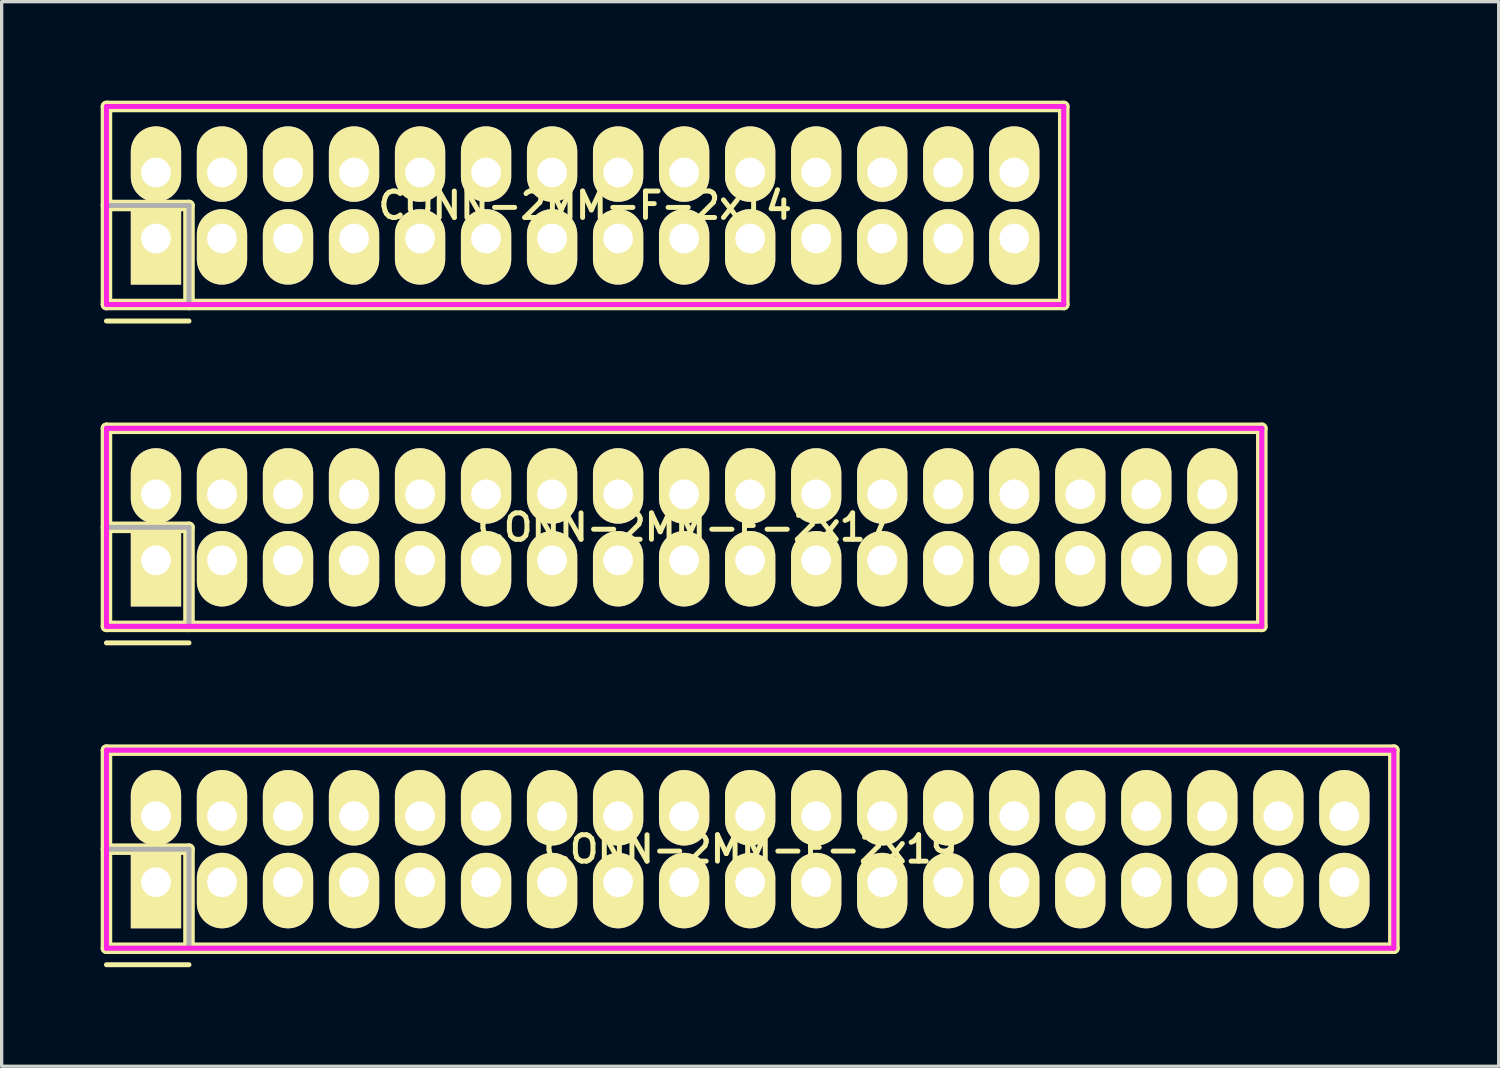
<source format=kicad_pcb>
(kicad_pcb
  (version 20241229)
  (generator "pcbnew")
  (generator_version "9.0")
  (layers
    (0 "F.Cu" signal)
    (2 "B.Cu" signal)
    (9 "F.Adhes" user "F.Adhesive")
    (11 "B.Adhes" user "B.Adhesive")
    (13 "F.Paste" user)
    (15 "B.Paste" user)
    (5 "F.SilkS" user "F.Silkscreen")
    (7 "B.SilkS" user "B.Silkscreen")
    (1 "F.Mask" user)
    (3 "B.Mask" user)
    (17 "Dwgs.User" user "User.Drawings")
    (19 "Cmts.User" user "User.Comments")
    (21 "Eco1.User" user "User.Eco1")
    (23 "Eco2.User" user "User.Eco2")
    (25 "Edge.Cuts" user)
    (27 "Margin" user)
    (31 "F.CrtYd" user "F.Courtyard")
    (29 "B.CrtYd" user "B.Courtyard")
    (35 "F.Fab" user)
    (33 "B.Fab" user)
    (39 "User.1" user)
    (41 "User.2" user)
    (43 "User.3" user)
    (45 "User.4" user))
  (footprint "CONN-2MM-F-2x19"
    (layer "F.Cu")
    (at 19.675 22.675)
    (property "Reference" "CONN-2MM-F-2x19" (at 0 0 0) (layer "F.SilkS") (effects (font (size 0.8 0.8) (thickness 0.15))))
    (attr through_hole)
    (fp_line (start -19.5 -3) (end 19.5 -3) (stroke (width 0.35) (type solid)) (layer "F.SilkS"))
    (fp_line (start -19.5 0) (end -17 0) (stroke (width 0.35) (type solid)) (layer "F.SilkS"))
    (fp_line (start -19.5 3) (end -19.5 -3) (stroke (width 0.35) (type solid)) (layer "F.SilkS"))
    (fp_line (start -19.5 3.5) (end -17 3.5) (stroke (width 0.15) (type solid)) (layer "F.SilkS"))
    (fp_line (start -17 0) (end -17 3) (stroke (width 0.35) (type solid)) (layer "F.SilkS"))
    (fp_line (start 19.5 -3) (end 19.5 3) (stroke (width 0.35) (type solid)) (layer "F.SilkS"))
    (fp_line (start 19.5 3) (end -19.5 3) (stroke (width 0.35) (type solid)) (layer "F.SilkS"))
    (fp_line (start -19.5 -3) (end 19.5 -3) (stroke (width 0.15) (type solid)) (layer "F.CrtYd"))
    (fp_line (start -19.5 3) (end -19.5 -3) (stroke (width 0.15) (type solid)) (layer "F.CrtYd"))
    (fp_line (start 19.5 -3) (end 19.5 3) (stroke (width 0.15) (type solid)) (layer "F.CrtYd"))
    (fp_line (start 19.5 3) (end -19.5 3) (stroke (width 0.15) (type solid)) (layer "F.CrtYd"))
    (fp_line (start -19.5 -3) (end 19.5 -3) (stroke (width 0.15) (type solid)) (layer "F.Fab"))
    (fp_line (start -19.5 0) (end -17 0) (stroke (width 0.15) (type solid)) (layer "F.Fab"))
    (fp_line (start -19.5 3) (end -19.5 -3) (stroke (width 0.15) (type solid)) (layer "F.Fab"))
    (fp_line (start -17 0) (end -17 3) (stroke (width 0.15) (type solid)) (layer "F.Fab"))
    (fp_line (start 19.5 -3) (end 19.5 3) (stroke (width 0.15) (type solid)) (layer "F.Fab"))
    (fp_line (start 19.5 3) (end -19.5 3) (stroke (width 0.15) (type solid)) (layer "F.Fab"))
    (pad "1" thru_hole rect (at -18 1) (size 1.524 2.286) (drill 0.9 (offset 0 0.254)) (layers "*.Cu" "*.Mask" "F.SilkS"))
    (pad "2" thru_hole oval (at -18 -1) (size 1.524 2.286) (drill 0.9 (offset 0 -0.254)) (layers "*.Cu" "*.Mask" "F.SilkS"))
    (pad "3" thru_hole oval (at -16 1) (size 1.524 2.286) (drill 0.9 (offset 0 0.254)) (layers "*.Cu" "*.Mask" "F.SilkS"))
    (pad "4" thru_hole oval (at -16 -1) (size 1.524 2.286) (drill 0.9 (offset 0 -0.254)) (layers "*.Cu" "*.Mask" "F.SilkS"))
    (pad "5" thru_hole oval (at -14 1) (size 1.524 2.286) (drill 0.9 (offset 0 0.254)) (layers "*.Cu" "*.Mask" "F.SilkS"))
    (pad "6" thru_hole oval (at -14 -1) (size 1.524 2.286) (drill 0.9 (offset 0 -0.254)) (layers "*.Cu" "*.Mask" "F.SilkS"))
    (pad "7" thru_hole oval (at -12 1) (size 1.524 2.286) (drill 0.9 (offset 0 0.254)) (layers "*.Cu" "*.Mask" "F.SilkS"))
    (pad "8" thru_hole oval (at -12 -1) (size 1.524 2.286) (drill 0.9 (offset 0 -0.254)) (layers "*.Cu" "*.Mask" "F.SilkS"))
    (pad "9" thru_hole oval (at -10 1) (size 1.524 2.286) (drill 0.9 (offset 0 0.254)) (layers "*.Cu" "*.Mask" "F.SilkS"))
    (pad "10" thru_hole oval (at -10 -1) (size 1.524 2.286) (drill 0.9 (offset 0 -0.254)) (layers "*.Cu" "*.Mask" "F.SilkS"))
    (pad "11" thru_hole oval (at -8 1) (size 1.524 2.286) (drill 0.9 (offset 0 0.254)) (layers "*.Cu" "*.Mask" "F.SilkS"))
    (pad "12" thru_hole oval (at -8 -1) (size 1.524 2.286) (drill 0.9 (offset 0 -0.254)) (layers "*.Cu" "*.Mask" "F.SilkS"))
    (pad "13" thru_hole oval (at -6 1) (size 1.524 2.286) (drill 0.9 (offset 0 0.254)) (layers "*.Cu" "*.Mask" "F.SilkS"))
    (pad "14" thru_hole oval (at -6 -1) (size 1.524 2.286) (drill 0.9 (offset 0 -0.254)) (layers "*.Cu" "*.Mask" "F.SilkS"))
    (pad "15" thru_hole oval (at -4 1) (size 1.524 2.286) (drill 0.9 (offset 0 0.254)) (layers "*.Cu" "*.Mask" "F.SilkS"))
    (pad "16" thru_hole oval (at -4 -1) (size 1.524 2.286) (drill 0.9 (offset 0 -0.254)) (layers "*.Cu" "*.Mask" "F.SilkS"))
    (pad "17" thru_hole oval (at -2 1) (size 1.524 2.286) (drill 0.9 (offset 0 0.254)) (layers "*.Cu" "*.Mask" "F.SilkS"))
    (pad "18" thru_hole oval (at -2 -1) (size 1.524 2.286) (drill 0.9 (offset 0 -0.254)) (layers "*.Cu" "*.Mask" "F.SilkS"))
    (pad "19" thru_hole oval (at 0 1) (size 1.524 2.286) (drill 0.9 (offset 0 0.254)) (layers "*.Cu" "*.Mask" "F.SilkS"))
    (pad "20" thru_hole oval (at 0 -1) (size 1.524 2.286) (drill 0.9 (offset 0 -0.254)) (layers "*.Cu" "*.Mask" "F.SilkS"))
    (pad "21" thru_hole oval (at 2 1) (size 1.524 2.286) (drill 0.9 (offset 0 0.254)) (layers "*.Cu" "*.Mask" "F.SilkS"))
    (pad "22" thru_hole oval (at 2 -1) (size 1.524 2.286) (drill 0.9 (offset 0 -0.254)) (layers "*.Cu" "*.Mask" "F.SilkS"))
    (pad "23" thru_hole oval (at 4 1) (size 1.524 2.286) (drill 0.9 (offset 0 0.254)) (layers "*.Cu" "*.Mask" "F.SilkS"))
    (pad "24" thru_hole oval (at 4 -1) (size 1.524 2.286) (drill 0.9 (offset 0 -0.254)) (layers "*.Cu" "*.Mask" "F.SilkS"))
    (pad "25" thru_hole oval (at 6 1) (size 1.524 2.286) (drill 0.9 (offset 0 0.254)) (layers "*.Cu" "*.Mask" "F.SilkS"))
    (pad "26" thru_hole oval (at 6 -1) (size 1.524 2.286) (drill 0.9 (offset 0 -0.254)) (layers "*.Cu" "*.Mask" "F.SilkS"))
    (pad "27" thru_hole oval (at 8 1) (size 1.524 2.286) (drill 0.9 (offset 0 0.254)) (layers "*.Cu" "*.Mask" "F.SilkS"))
    (pad "28" thru_hole oval (at 8 -1) (size 1.524 2.286) (drill 0.9 (offset 0 -0.254)) (layers "*.Cu" "*.Mask" "F.SilkS"))
    (pad "29" thru_hole oval (at 10 1) (size 1.524 2.286) (drill 0.9 (offset 0 0.254)) (layers "*.Cu" "*.Mask" "F.SilkS"))
    (pad "30" thru_hole oval (at 10 -1) (size 1.524 2.286) (drill 0.9 (offset 0 -0.254)) (layers "*.Cu" "*.Mask" "F.SilkS"))
    (pad "31" thru_hole oval (at 12 1) (size 1.524 2.286) (drill 0.9 (offset 0 0.254)) (layers "*.Cu" "*.Mask" "F.SilkS"))
    (pad "32" thru_hole oval (at 12 -1) (size 1.524 2.286) (drill 0.9 (offset 0 -0.254)) (layers "*.Cu" "*.Mask" "F.SilkS"))
    (pad "33" thru_hole oval (at 14 1) (size 1.524 2.286) (drill 0.9 (offset 0 0.254)) (layers "*.Cu" "*.Mask" "F.SilkS"))
    (pad "34" thru_hole oval (at 14 -1) (size 1.524 2.286) (drill 0.9 (offset 0 -0.254)) (layers "*.Cu" "*.Mask" "F.SilkS"))
    (pad "35" thru_hole oval (at 16 1) (size 1.524 2.286) (drill 0.9 (offset 0 0.254)) (layers "*.Cu" "*.Mask" "F.SilkS"))
    (pad "36" thru_hole oval (at 16 -1) (size 1.524 2.286) (drill 0.9 (offset 0 -0.254)) (layers "*.Cu" "*.Mask" "F.SilkS"))
    (pad "37" thru_hole oval (at 18 1) (size 1.524 2.286) (drill 0.9 (offset 0 0.254)) (layers "*.Cu" "*.Mask" "F.SilkS"))
    (pad "38" thru_hole oval (at 18 -1) (size 1.524 2.286) (drill 0.9 (offset 0 -0.254)) (layers "*.Cu" "*.Mask" "F.SilkS")))
  (footprint "CONN-2MM-F-2x14"
    (layer "F.Cu")
    (at 14.675 3.175)
    (property "Reference" "CONN-2MM-F-2x14" (at 0 0 0) (layer "F.SilkS") (effects (font (size 0.8 0.8) (thickness 0.15))))
    (attr through_hole)
    (fp_line (start -14.5 -3) (end 14.5 -3) (stroke (width 0.35) (type solid)) (layer "F.SilkS"))
    (fp_line (start -14.5 0) (end -12 0) (stroke (width 0.35) (type solid)) (layer "F.SilkS"))
    (fp_line (start -14.5 3) (end -14.5 -3) (stroke (width 0.35) (type solid)) (layer "F.SilkS"))
    (fp_line (start -14.5 3.5) (end -12 3.5) (stroke (width 0.15) (type solid)) (layer "F.SilkS"))
    (fp_line (start -12 0) (end -12 3) (stroke (width 0.35) (type solid)) (layer "F.SilkS"))
    (fp_line (start 14.5 -3) (end 14.5 3) (stroke (width 0.35) (type solid)) (layer "F.SilkS"))
    (fp_line (start 14.5 3) (end -14.5 3) (stroke (width 0.35) (type solid)) (layer "F.SilkS"))
    (fp_line (start -14.5 -3) (end 14.5 -3) (stroke (width 0.15) (type solid)) (layer "F.CrtYd"))
    (fp_line (start -14.5 3) (end -14.5 -3) (stroke (width 0.15) (type solid)) (layer "F.CrtYd"))
    (fp_line (start 14.5 -3) (end 14.5 3) (stroke (width 0.15) (type solid)) (layer "F.CrtYd"))
    (fp_line (start 14.5 3) (end -14.5 3) (stroke (width 0.15) (type solid)) (layer "F.CrtYd"))
    (fp_line (start -14.5 -3) (end 14.5 -3) (stroke (width 0.15) (type solid)) (layer "F.Fab"))
    (fp_line (start -14.5 0) (end -12 0) (stroke (width 0.15) (type solid)) (layer "F.Fab"))
    (fp_line (start -14.5 3) (end -14.5 -3) (stroke (width 0.15) (type solid)) (layer "F.Fab"))
    (fp_line (start -12 0) (end -12 3) (stroke (width 0.15) (type solid)) (layer "F.Fab"))
    (fp_line (start 14.5 -3) (end 14.5 3) (stroke (width 0.15) (type solid)) (layer "F.Fab"))
    (fp_line (start 14.5 3) (end -14.5 3) (stroke (width 0.15) (type solid)) (layer "F.Fab"))
    (pad "1" thru_hole rect (at -13 1) (size 1.524 2.286) (drill 0.9 (offset 0 0.254)) (layers "*.Cu" "*.Mask" "F.SilkS"))
    (pad "2" thru_hole oval (at -13 -1) (size 1.524 2.286) (drill 0.9 (offset 0 -0.254)) (layers "*.Cu" "*.Mask" "F.SilkS"))
    (pad "3" thru_hole oval (at -11 1) (size 1.524 2.286) (drill 0.9 (offset 0 0.254)) (layers "*.Cu" "*.Mask" "F.SilkS"))
    (pad "4" thru_hole oval (at -11 -1) (size 1.524 2.286) (drill 0.9 (offset 0 -0.254)) (layers "*.Cu" "*.Mask" "F.SilkS"))
    (pad "5" thru_hole oval (at -9 1) (size 1.524 2.286) (drill 0.9 (offset 0 0.254)) (layers "*.Cu" "*.Mask" "F.SilkS"))
    (pad "6" thru_hole oval (at -9 -1) (size 1.524 2.286) (drill 0.9 (offset 0 -0.254)) (layers "*.Cu" "*.Mask" "F.SilkS"))
    (pad "7" thru_hole oval (at -7 1) (size 1.524 2.286) (drill 0.9 (offset 0 0.254)) (layers "*.Cu" "*.Mask" "F.SilkS"))
    (pad "8" thru_hole oval (at -7 -1) (size 1.524 2.286) (drill 0.9 (offset 0 -0.254)) (layers "*.Cu" "*.Mask" "F.SilkS"))
    (pad "9" thru_hole oval (at -5 1) (size 1.524 2.286) (drill 0.9 (offset 0 0.254)) (layers "*.Cu" "*.Mask" "F.SilkS"))
    (pad "10" thru_hole oval (at -5 -1) (size 1.524 2.286) (drill 0.9 (offset 0 -0.254)) (layers "*.Cu" "*.Mask" "F.SilkS"))
    (pad "11" thru_hole oval (at -3 1) (size 1.524 2.286) (drill 0.9 (offset 0 0.254)) (layers "*.Cu" "*.Mask" "F.SilkS"))
    (pad "12" thru_hole oval (at -3 -1) (size 1.524 2.286) (drill 0.9 (offset 0 -0.254)) (layers "*.Cu" "*.Mask" "F.SilkS"))
    (pad "13" thru_hole oval (at -1 1) (size 1.524 2.286) (drill 0.9 (offset 0 0.254)) (layers "*.Cu" "*.Mask" "F.SilkS"))
    (pad "14" thru_hole oval (at -1 -1) (size 1.524 2.286) (drill 0.9 (offset 0 -0.254)) (layers "*.Cu" "*.Mask" "F.SilkS"))
    (pad "15" thru_hole oval (at 1 1) (size 1.524 2.286) (drill 0.9 (offset 0 0.254)) (layers "*.Cu" "*.Mask" "F.SilkS"))
    (pad "16" thru_hole oval (at 1 -1) (size 1.524 2.286) (drill 0.9 (offset 0 -0.254)) (layers "*.Cu" "*.Mask" "F.SilkS"))
    (pad "17" thru_hole oval (at 3 1) (size 1.524 2.286) (drill 0.9 (offset 0 0.254)) (layers "*.Cu" "*.Mask" "F.SilkS"))
    (pad "18" thru_hole oval (at 3 -1) (size 1.524 2.286) (drill 0.9 (offset 0 -0.254)) (layers "*.Cu" "*.Mask" "F.SilkS"))
    (pad "19" thru_hole oval (at 5 1) (size 1.524 2.286) (drill 0.9 (offset 0 0.254)) (layers "*.Cu" "*.Mask" "F.SilkS"))
    (pad "20" thru_hole oval (at 5 -1) (size 1.524 2.286) (drill 0.9 (offset 0 -0.254)) (layers "*.Cu" "*.Mask" "F.SilkS"))
    (pad "21" thru_hole oval (at 7 1) (size 1.524 2.286) (drill 0.9 (offset 0 0.254)) (layers "*.Cu" "*.Mask" "F.SilkS"))
    (pad "22" thru_hole oval (at 7 -1) (size 1.524 2.286) (drill 0.9 (offset 0 -0.254)) (layers "*.Cu" "*.Mask" "F.SilkS"))
    (pad "23" thru_hole oval (at 9 1) (size 1.524 2.286) (drill 0.9 (offset 0 0.254)) (layers "*.Cu" "*.Mask" "F.SilkS"))
    (pad "24" thru_hole oval (at 9 -1) (size 1.524 2.286) (drill 0.9 (offset 0 -0.254)) (layers "*.Cu" "*.Mask" "F.SilkS"))
    (pad "25" thru_hole oval (at 11 1) (size 1.524 2.286) (drill 0.9 (offset 0 0.254)) (layers "*.Cu" "*.Mask" "F.SilkS"))
    (pad "26" thru_hole oval (at 11 -1) (size 1.524 2.286) (drill 0.9 (offset 0 -0.254)) (layers "*.Cu" "*.Mask" "F.SilkS"))
    (pad "27" thru_hole oval (at 13 1) (size 1.524 2.286) (drill 0.9 (offset 0 0.254)) (layers "*.Cu" "*.Mask" "F.SilkS"))
    (pad "28" thru_hole oval (at 13 -1) (size 1.524 2.286) (drill 0.9 (offset 0 -0.254)) (layers "*.Cu" "*.Mask" "F.SilkS")))
  (footprint "CONN-2MM-F-2x17"
    (layer "F.Cu")
    (at 17.675 12.925)
    (property "Reference" "CONN-2MM-F-2x17" (at 0 0 0) (layer "F.SilkS") (effects (font (size 0.8 0.8) (thickness 0.15))))
    (attr through_hole)
    (fp_line (start -17.5 -3) (end 17.5 -3) (stroke (width 0.35) (type solid)) (layer "F.SilkS"))
    (fp_line (start -17.5 0) (end -15 0) (stroke (width 0.35) (type solid)) (layer "F.SilkS"))
    (fp_line (start -17.5 3) (end -17.5 -3) (stroke (width 0.35) (type solid)) (layer "F.SilkS"))
    (fp_line (start -17.5 3.5) (end -15 3.5) (stroke (width 0.15) (type solid)) (layer "F.SilkS"))
    (fp_line (start -15 0) (end -15 3) (stroke (width 0.35) (type solid)) (layer "F.SilkS"))
    (fp_line (start 17.5 -3) (end 17.5 3) (stroke (width 0.35) (type solid)) (layer "F.SilkS"))
    (fp_line (start 17.5 3) (end -17.5 3) (stroke (width 0.35) (type solid)) (layer "F.SilkS"))
    (fp_line (start -17.5 -3) (end 17.5 -3) (stroke (width 0.15) (type solid)) (layer "F.CrtYd"))
    (fp_line (start -17.5 3) (end -17.5 -3) (stroke (width 0.15) (type solid)) (layer "F.CrtYd"))
    (fp_line (start 17.5 -3) (end 17.5 3) (stroke (width 0.15) (type solid)) (layer "F.CrtYd"))
    (fp_line (start 17.5 3) (end -17.5 3) (stroke (width 0.15) (type solid)) (layer "F.CrtYd"))
    (fp_line (start -17.5 -3) (end 17.5 -3) (stroke (width 0.15) (type solid)) (layer "F.Fab"))
    (fp_line (start -17.5 0) (end -15 0) (stroke (width 0.15) (type solid)) (layer "F.Fab"))
    (fp_line (start -17.5 3) (end -17.5 -3) (stroke (width 0.15) (type solid)) (layer "F.Fab"))
    (fp_line (start -15 0) (end -15 3) (stroke (width 0.15) (type solid)) (layer "F.Fab"))
    (fp_line (start 17.5 -3) (end 17.5 3) (stroke (width 0.15) (type solid)) (layer "F.Fab"))
    (fp_line (start 17.5 3) (end -17.5 3) (stroke (width 0.15) (type solid)) (layer "F.Fab"))
    (pad "1" thru_hole rect (at -16 1) (size 1.524 2.286) (drill 0.9 (offset 0 0.254)) (layers "*.Cu" "*.Mask" "F.SilkS"))
    (pad "2" thru_hole oval (at -16 -1) (size 1.524 2.286) (drill 0.9 (offset 0 -0.254)) (layers "*.Cu" "*.Mask" "F.SilkS"))
    (pad "3" thru_hole oval (at -14 1) (size 1.524 2.286) (drill 0.9 (offset 0 0.254)) (layers "*.Cu" "*.Mask" "F.SilkS"))
    (pad "4" thru_hole oval (at -14 -1) (size 1.524 2.286) (drill 0.9 (offset 0 -0.254)) (layers "*.Cu" "*.Mask" "F.SilkS"))
    (pad "5" thru_hole oval (at -12 1) (size 1.524 2.286) (drill 0.9 (offset 0 0.254)) (layers "*.Cu" "*.Mask" "F.SilkS"))
    (pad "6" thru_hole oval (at -12 -1) (size 1.524 2.286) (drill 0.9 (offset 0 -0.254)) (layers "*.Cu" "*.Mask" "F.SilkS"))
    (pad "7" thru_hole oval (at -10 1) (size 1.524 2.286) (drill 0.9 (offset 0 0.254)) (layers "*.Cu" "*.Mask" "F.SilkS"))
    (pad "8" thru_hole oval (at -10 -1) (size 1.524 2.286) (drill 0.9 (offset 0 -0.254)) (layers "*.Cu" "*.Mask" "F.SilkS"))
    (pad "9" thru_hole oval (at -8 1) (size 1.524 2.286) (drill 0.9 (offset 0 0.254)) (layers "*.Cu" "*.Mask" "F.SilkS"))
    (pad "10" thru_hole oval (at -8 -1) (size 1.524 2.286) (drill 0.9 (offset 0 -0.254)) (layers "*.Cu" "*.Mask" "F.SilkS"))
    (pad "11" thru_hole oval (at -6 1) (size 1.524 2.286) (drill 0.9 (offset 0 0.254)) (layers "*.Cu" "*.Mask" "F.SilkS"))
    (pad "12" thru_hole oval (at -6 -1) (size 1.524 2.286) (drill 0.9 (offset 0 -0.254)) (layers "*.Cu" "*.Mask" "F.SilkS"))
    (pad "13" thru_hole oval (at -4 1) (size 1.524 2.286) (drill 0.9 (offset 0 0.254)) (layers "*.Cu" "*.Mask" "F.SilkS"))
    (pad "14" thru_hole oval (at -4 -1) (size 1.524 2.286) (drill 0.9 (offset 0 -0.254)) (layers "*.Cu" "*.Mask" "F.SilkS"))
    (pad "15" thru_hole oval (at -2 1) (size 1.524 2.286) (drill 0.9 (offset 0 0.254)) (layers "*.Cu" "*.Mask" "F.SilkS"))
    (pad "16" thru_hole oval (at -2 -1) (size 1.524 2.286) (drill 0.9 (offset 0 -0.254)) (layers "*.Cu" "*.Mask" "F.SilkS"))
    (pad "17" thru_hole oval (at 0 1) (size 1.524 2.286) (drill 0.9 (offset 0 0.254)) (layers "*.Cu" "*.Mask" "F.SilkS"))
    (pad "18" thru_hole oval (at 0 -1) (size 1.524 2.286) (drill 0.9 (offset 0 -0.254)) (layers "*.Cu" "*.Mask" "F.SilkS"))
    (pad "19" thru_hole oval (at 2 1) (size 1.524 2.286) (drill 0.9 (offset 0 0.254)) (layers "*.Cu" "*.Mask" "F.SilkS"))
    (pad "20" thru_hole oval (at 2 -1) (size 1.524 2.286) (drill 0.9 (offset 0 -0.254)) (layers "*.Cu" "*.Mask" "F.SilkS"))
    (pad "21" thru_hole oval (at 4 1) (size 1.524 2.286) (drill 0.9 (offset 0 0.254)) (layers "*.Cu" "*.Mask" "F.SilkS"))
    (pad "22" thru_hole oval (at 4 -1) (size 1.524 2.286) (drill 0.9 (offset 0 -0.254)) (layers "*.Cu" "*.Mask" "F.SilkS"))
    (pad "23" thru_hole oval (at 6 1) (size 1.524 2.286) (drill 0.9 (offset 0 0.254)) (layers "*.Cu" "*.Mask" "F.SilkS"))
    (pad "24" thru_hole oval (at 6 -1) (size 1.524 2.286) (drill 0.9 (offset 0 -0.254)) (layers "*.Cu" "*.Mask" "F.SilkS"))
    (pad "25" thru_hole oval (at 8 1) (size 1.524 2.286) (drill 0.9 (offset 0 0.254)) (layers "*.Cu" "*.Mask" "F.SilkS"))
    (pad "26" thru_hole oval (at 8 -1) (size 1.524 2.286) (drill 0.9 (offset 0 -0.254)) (layers "*.Cu" "*.Mask" "F.SilkS"))
    (pad "27" thru_hole oval (at 10 1) (size 1.524 2.286) (drill 0.9 (offset 0 0.254)) (layers "*.Cu" "*.Mask" "F.SilkS"))
    (pad "28" thru_hole oval (at 10 -1) (size 1.524 2.286) (drill 0.9 (offset 0 -0.254)) (layers "*.Cu" "*.Mask" "F.SilkS"))
    (pad "29" thru_hole oval (at 12 1) (size 1.524 2.286) (drill 0.9 (offset 0 0.254)) (layers "*.Cu" "*.Mask" "F.SilkS"))
    (pad "30" thru_hole oval (at 12 -1) (size 1.524 2.286) (drill 0.9 (offset 0 -0.254)) (layers "*.Cu" "*.Mask" "F.SilkS"))
    (pad "31" thru_hole oval (at 14 1) (size 1.524 2.286) (drill 0.9 (offset 0 0.254)) (layers "*.Cu" "*.Mask" "F.SilkS"))
    (pad "32" thru_hole oval (at 14 -1) (size 1.524 2.286) (drill 0.9 (offset 0 -0.254)) (layers "*.Cu" "*.Mask" "F.SilkS"))
    (pad "33" thru_hole oval (at 16 1) (size 1.524 2.286) (drill 0.9 (offset 0 0.254)) (layers "*.Cu" "*.Mask" "F.SilkS"))
    (pad "34" thru_hole oval (at 16 -1) (size 1.524 2.286) (drill 0.9 (offset 0 -0.254)) (layers "*.Cu" "*.Mask" "F.SilkS")))
  (gr_rect
    (start -3 -3)
    (end 42.35 29.25)
    (stroke (width 0.1) (type default))
    (fill no)
    (layer "Edge.Cuts")))
</source>
